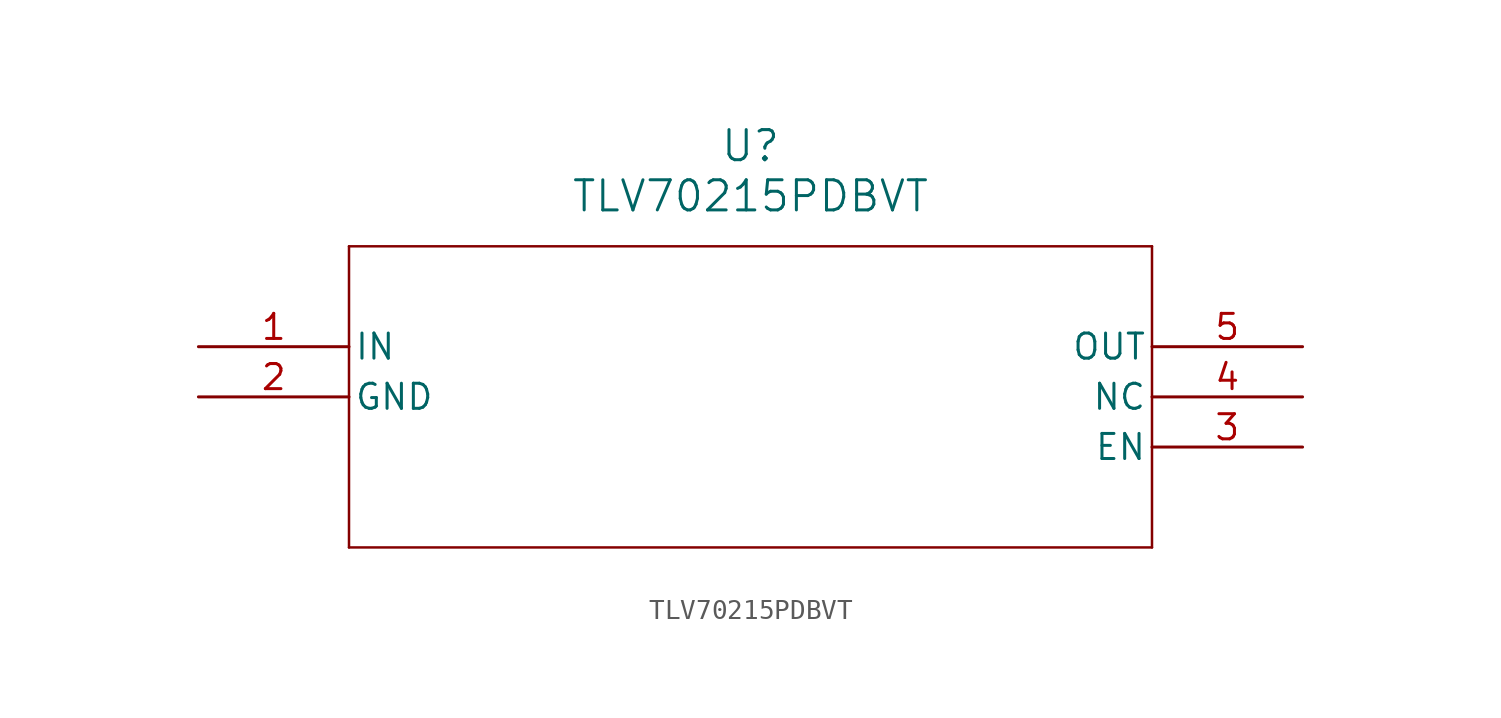
<source format=kicad_sym>
(kicad_symbol_lib
  (version 20211014)
  (generator kicad_symbol_editor)
  (symbol "TLV70215PDBVT"
    (pin_names
      (offset 0.254))
    (property "Reference" "U"
      (at 27.94 10.16 0)
      (effects (font (size 1.524 1.524))))
    (property "Value" "TLV70215PDBVT"
      (at 27.94 7.62 0)
      (effects (font (size 1.524 1.524))))
    (symbol "TLV70215PDBVT_0_1"
      (polyline (pts (xy 7.62 5.08) (xy 7.62 -10.16)) (stroke (width 0.127) (type default) (color 0 0 0 0)) (fill (type none)))
      (polyline (pts (xy 7.62 -10.16) (xy 48.26 -10.16)) (stroke (width 0.127) (type default) (color 0 0 0 0)) (fill (type none)))
      (polyline (pts (xy 48.26 -10.16) (xy 48.26 5.08)) (stroke (width 0.127) (type default) (color 0 0 0 0)) (fill (type none)))
      (polyline (pts (xy 48.26 5.08) (xy 7.62 5.08)) (stroke (width 0.127) (type default) (color 0 0 0 0)) (fill (type none)))
      (pin input line (at 0 0 0) (length 7.62) (name "IN" (effects (font (size 1.27 1.27)))) (number "1" (effects (font (size 1.27 1.27)))))
      (pin power_in line (at 0 -2.54 0) (length 7.62) (name "GND" (effects (font (size 1.27 1.27)))) (number "2" (effects (font (size 1.27 1.27)))))
      (pin unspecified line (at 55.88 -5.08 180) (length 7.62) (name "EN" (effects (font (size 1.27 1.27)))) (number "3" (effects (font (size 1.27 1.27)))))
      (pin unspecified line (at 55.88 -2.54 180) (length 7.62) (name "NC" (effects (font (size 1.27 1.27)))) (number "4" (effects (font (size 1.27 1.27)))))
      (pin output line (at 55.88 0 180) (length 7.62) (name "OUT" (effects (font (size 1.27 1.27)))) (number "5" (effects (font (size 1.27 1.27))))))))
</source>
